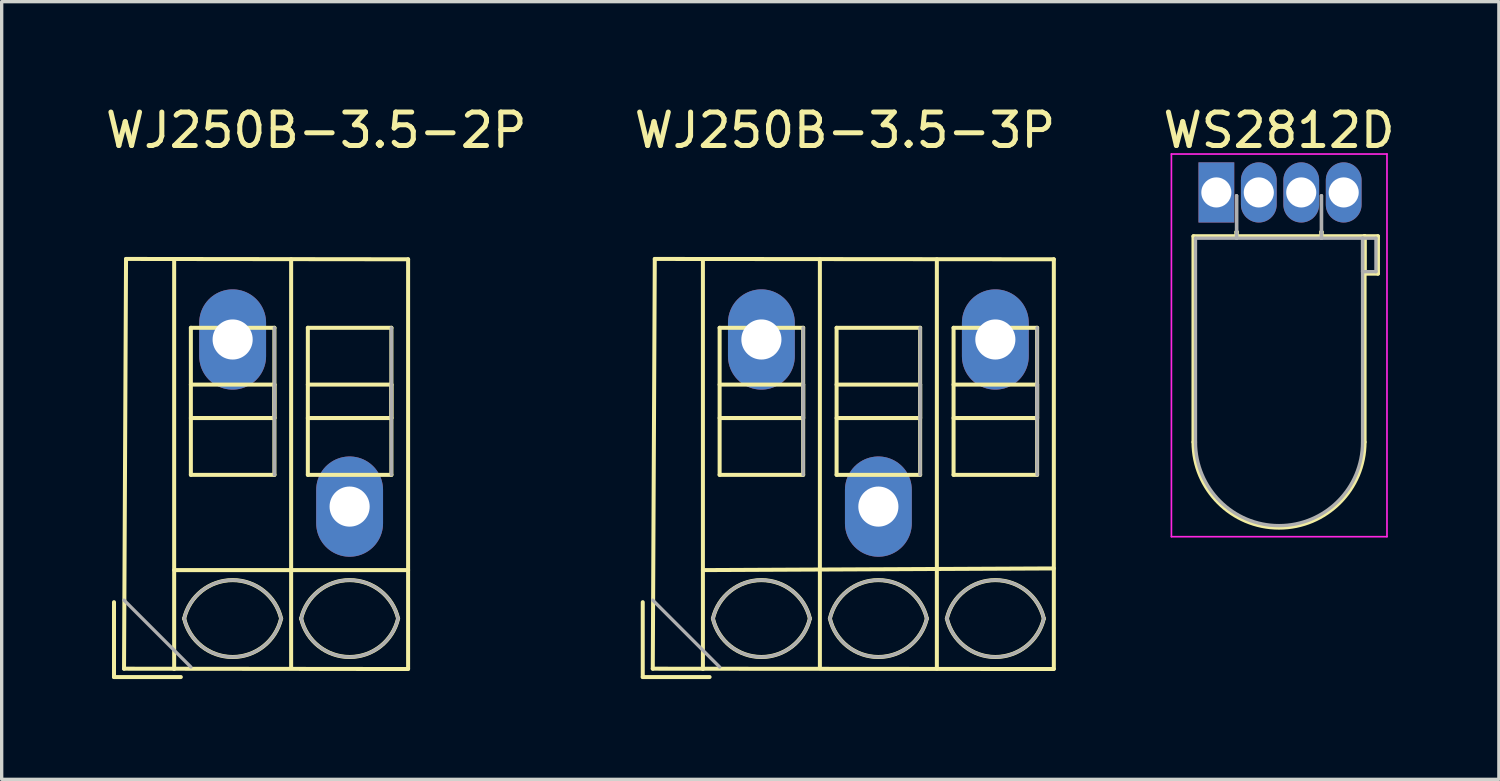
<source format=kicad_pcb>
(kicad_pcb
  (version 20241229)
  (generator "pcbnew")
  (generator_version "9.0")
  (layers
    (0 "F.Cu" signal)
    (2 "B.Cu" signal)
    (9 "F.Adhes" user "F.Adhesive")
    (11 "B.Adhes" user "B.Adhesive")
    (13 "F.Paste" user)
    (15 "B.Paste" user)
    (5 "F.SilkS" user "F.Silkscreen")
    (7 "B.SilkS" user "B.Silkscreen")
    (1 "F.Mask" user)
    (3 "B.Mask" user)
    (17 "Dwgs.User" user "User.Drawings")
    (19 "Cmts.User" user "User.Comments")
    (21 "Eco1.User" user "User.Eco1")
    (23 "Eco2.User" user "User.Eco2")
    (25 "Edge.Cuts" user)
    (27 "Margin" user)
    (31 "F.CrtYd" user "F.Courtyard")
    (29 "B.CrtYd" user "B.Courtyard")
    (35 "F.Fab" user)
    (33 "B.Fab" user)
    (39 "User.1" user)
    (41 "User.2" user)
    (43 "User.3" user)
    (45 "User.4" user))
  (footprint "WJ250B-3.5-3P"
    (layer "F.Cu")
    (at 17.982 16.958)
    (property "Reference" "WJ250B-3.5-3P" (at 4.25 -16.11 0) (layer "F.SilkS") (effects (font (size 1 1) (thickness 0.15))))
    (attr through_hole)
    (fp_line (start -1.8 -1.99) (end -1.8 0.25) (stroke (width 0.12) (type solid)) (layer "F.SilkS"))
    (fp_line (start -1.8 0.25) (end 0.2 0.25) (stroke (width 0.12) (type solid)) (layer "F.SilkS"))
    (fp_line (start -1.5 0) (end 10.5 0.01) (stroke (width 0.12) (type solid)) (layer "F.SilkS"))
    (fp_line (start -1.44 -12.26) (end -1.5 0) (stroke (width 0.12) (type solid)) (layer "F.SilkS"))
    (fp_line (start -1.44 -12.26) (end 10.5 -12.25) (stroke (width 0.12) (type solid)) (layer "F.SilkS"))
    (fp_line (start 0 -12.25) (end 0 0.01) (stroke (width 0.12) (type solid)) (layer "F.SilkS"))
    (fp_line (start 0 -2.95) (end 10.5 -3) (stroke (width 0.12) (type solid)) (layer "F.SilkS"))
    (fp_line (start 0.5 -10.2) (end 0.5 -5.8) (stroke (width 0.12) (type solid)) (layer "F.SilkS"))
    (fp_line (start 0.5 -10.2) (end 3 -10.2) (stroke (width 0.12) (type solid)) (layer "F.SilkS"))
    (fp_line (start 0.5 -8.5) (end 3 -8.5) (stroke (width 0.12) (type solid)) (layer "F.SilkS"))
    (fp_line (start 0.5 -7.5) (end 3 -7.5) (stroke (width 0.12) (type solid)) (layer "F.SilkS"))
    (fp_line (start 0.5 -5.8) (end 3 -5.8) (stroke (width 0.12) (type solid)) (layer "F.SilkS"))
    (fp_line (start 3 -10.2) (end 3 -5.8) (stroke (width 0.12) (type solid)) (layer "F.SilkS"))
    (fp_line (start 3 -8.5) (end 3 -7.5) (stroke (width 0.12) (type solid)) (layer "F.SilkS"))
    (fp_line (start 3.5 -12.25) (end 3.5 -0.029) (stroke (width 0.12) (type solid)) (layer "F.SilkS"))
    (fp_line (start 4 -10.2) (end 4 -5.8) (stroke (width 0.12) (type solid)) (layer "F.SilkS"))
    (fp_line (start 4 -10.2) (end 6.5 -10.2) (stroke (width 0.12) (type solid)) (layer "F.SilkS"))
    (fp_line (start 4 -8.5) (end 6.5 -8.5) (stroke (width 0.12) (type solid)) (layer "F.SilkS"))
    (fp_line (start 4 -7.5) (end 6.5 -7.5) (stroke (width 0.12) (type solid)) (layer "F.SilkS"))
    (fp_line (start 4 -5.8) (end 6.5 -5.8) (stroke (width 0.12) (type solid)) (layer "F.SilkS"))
    (fp_line (start 6.5 -10.2) (end 6.5 -5.8) (stroke (width 0.12) (type solid)) (layer "F.SilkS"))
    (fp_line (start 6.5 -8.5) (end 6.5 -7.5) (stroke (width 0.12) (type solid)) (layer "F.SilkS"))
    (fp_line (start 7 -12.25) (end 7 0) (stroke (width 0.12) (type solid)) (layer "F.SilkS"))
    (fp_line (start 7.5 -10.2) (end 7.5 -5.8) (stroke (width 0.12) (type solid)) (layer "F.SilkS"))
    (fp_line (start 7.5 -10.2) (end 10 -10.2) (stroke (width 0.12) (type solid)) (layer "F.SilkS"))
    (fp_line (start 7.5 -8.5) (end 10 -8.5) (stroke (width 0.12) (type solid)) (layer "F.SilkS"))
    (fp_line (start 7.5 -7.5) (end 10 -7.5) (stroke (width 0.12) (type solid)) (layer "F.SilkS"))
    (fp_line (start 7.5 -5.8) (end 10 -5.8) (stroke (width 0.12) (type solid)) (layer "F.SilkS"))
    (fp_line (start 10 -10.2) (end 10 -5.8) (stroke (width 0.12) (type solid)) (layer "F.SilkS"))
    (fp_line (start 10 -8.5) (end 10 -7.5) (stroke (width 0.12) (type solid)) (layer "F.SilkS"))
    (fp_line (start 10.5 -12.25) (end 10.5 0) (stroke (width 0.12) (type solid)) (layer "F.SilkS"))
    (fp_arc (start 0.299135 -1.499576) (mid 1.750296 -2.650074) (end 3.201 -1.499) (stroke (width 0.12) (type solid)) (layer "F.SilkS"))
    (fp_arc (start 3.2 -1.5) (mid 1.750068 -0.349899) (end 0.300031 -1.499867) (stroke (width 0.12) (type solid)) (layer "F.SilkS"))
    (fp_arc (start 3.799135 -1.499576) (mid 5.250296 -2.650074) (end 6.701 -1.499) (stroke (width 0.12) (type solid)) (layer "F.SilkS"))
    (fp_arc (start 6.7 -1.5) (mid 5.250068 -0.349899) (end 3.800031 -1.499867) (stroke (width 0.12) (type solid)) (layer "F.SilkS"))
    (fp_arc (start 7.299135 -1.499576) (mid 8.750296 -2.650074) (end 10.201 -1.499) (stroke (width 0.12) (type solid)) (layer "F.SilkS"))
    (fp_arc (start 10.2 -1.5) (mid 8.750068 -0.349899) (end 7.300031 -1.499867) (stroke (width 0.12) (type solid)) (layer "F.SilkS"))
    (fp_line (start 0.5 -0.05) (end -1.5 -2.05) (stroke (width 0.1) (type solid)) (layer "F.Fab"))
    (fp_line (start 3 -7.5) (end 3 -8.5) (stroke (width 0.1) (type solid)) (layer "F.Fab"))
    (fp_line (start 3 -5.8) (end 3 -10.2) (stroke (width 0.1) (type solid)) (layer "F.Fab"))
    (fp_line (start 6.5 -7.5) (end 6.5 -8.5) (stroke (width 0.1) (type solid)) (layer "F.Fab"))
    (fp_line (start 6.5 -5.8) (end 6.5 -10.2) (stroke (width 0.1) (type solid)) (layer "F.Fab"))
    (fp_line (start 10 -7.5) (end 10 -8.5) (stroke (width 0.1) (type solid)) (layer "F.Fab"))
    (fp_line (start 10 -5.8) (end 10 -10.2) (stroke (width 0.1) (type solid)) (layer "F.Fab"))
    (fp_arc (start 0.299135 -1.499576) (mid 1.750296 -2.650074) (end 3.201 -1.499) (stroke (width 0.1) (type solid)) (layer "F.Fab"))
    (fp_arc (start 3.2 -1.5) (mid 1.750068 -0.349899) (end 0.300031 -1.499867) (stroke (width 0.1) (type solid)) (layer "F.Fab"))
    (fp_arc (start 3.799135 -1.499576) (mid 5.250296 -2.650074) (end 6.701 -1.499) (stroke (width 0.1) (type solid)) (layer "F.Fab"))
    (fp_arc (start 6.7 -1.5) (mid 5.250068 -0.349899) (end 3.800031 -1.499867) (stroke (width 0.1) (type solid)) (layer "F.Fab"))
    (fp_arc (start 7.299135 -1.499576) (mid 8.750296 -2.650074) (end 10.201 -1.499) (stroke (width 0.1) (type solid)) (layer "F.Fab"))
    (fp_arc (start 10.2 -1.5) (mid 8.750068 -0.349899) (end 7.300031 -1.499867) (stroke (width 0.1) (type solid)) (layer "F.Fab"))
    (pad "1" thru_hole oval (at 1.75 -9.85) (size 2 3) (drill 1.2) (layers "*.Cu" "*.Mask"))
    (pad "2" thru_hole oval (at 5.25 -4.85) (size 2 3) (drill 1.2) (layers "*.Cu" "*.Mask"))
    (pad "3" thru_hole oval (at 8.75 -9.85) (size 2 3) (drill 1.2) (layers "*.Cu" "*.Mask")))
  (footprint "WJ250B-3.5-2P"
    (layer "F.Cu")
    (at 2.161 16.958)
    (property "Reference" "WJ250B-3.5-2P" (at 4.25 -16.11 0) (layer "F.SilkS") (effects (font (size 1 1) (thickness 0.15))))
    (attr through_hole)
    (fp_line (start -1.8 -1.99) (end -1.8 0.25) (stroke (width 0.12) (type solid)) (layer "F.SilkS"))
    (fp_line (start -1.8 0.25) (end 0.2 0.25) (stroke (width 0.12) (type solid)) (layer "F.SilkS"))
    (fp_line (start -1.5 0) (end 7 0.01) (stroke (width 0.12) (type solid)) (layer "F.SilkS"))
    (fp_line (start -1.44 -12.26) (end -1.5 0) (stroke (width 0.12) (type solid)) (layer "F.SilkS"))
    (fp_line (start -1.44 -12.26) (end 7 -12.25) (stroke (width 0.12) (type solid)) (layer "F.SilkS"))
    (fp_line (start 0 -12.25) (end 0 0.01) (stroke (width 0.12) (type solid)) (layer "F.SilkS"))
    (fp_line (start 0 -2.95) (end 7 -2.95) (stroke (width 0.12) (type solid)) (layer "F.SilkS"))
    (fp_line (start 0.5 -10.2) (end 0.5 -5.8) (stroke (width 0.12) (type solid)) (layer "F.SilkS"))
    (fp_line (start 0.5 -10.2) (end 3 -10.2) (stroke (width 0.12) (type solid)) (layer "F.SilkS"))
    (fp_line (start 0.5 -8.5) (end 3 -8.5) (stroke (width 0.12) (type solid)) (layer "F.SilkS"))
    (fp_line (start 0.5 -7.5) (end 3 -7.5) (stroke (width 0.12) (type solid)) (layer "F.SilkS"))
    (fp_line (start 0.5 -5.8) (end 3 -5.8) (stroke (width 0.12) (type solid)) (layer "F.SilkS"))
    (fp_line (start 3 -10.2) (end 3 -5.8) (stroke (width 0.12) (type solid)) (layer "F.SilkS"))
    (fp_line (start 3 -8.5) (end 3 -7.5) (stroke (width 0.12) (type solid)) (layer "F.SilkS"))
    (fp_line (start 3.5 -12.25) (end 3.5 -0.029) (stroke (width 0.12) (type solid)) (layer "F.SilkS"))
    (fp_line (start 4 -10.2) (end 4 -5.8) (stroke (width 0.12) (type solid)) (layer "F.SilkS"))
    (fp_line (start 4 -10.2) (end 6.5 -10.2) (stroke (width 0.12) (type solid)) (layer "F.SilkS"))
    (fp_line (start 4 -8.5) (end 6.5 -8.5) (stroke (width 0.12) (type solid)) (layer "F.SilkS"))
    (fp_line (start 4 -7.5) (end 6.5 -7.5) (stroke (width 0.12) (type solid)) (layer "F.SilkS"))
    (fp_line (start 4 -5.8) (end 6.5 -5.8) (stroke (width 0.12) (type solid)) (layer "F.SilkS"))
    (fp_line (start 6.5 -10.2) (end 6.5 -5.8) (stroke (width 0.12) (type solid)) (layer "F.SilkS"))
    (fp_line (start 6.5 -8.5) (end 6.5 -7.5) (stroke (width 0.12) (type solid)) (layer "F.SilkS"))
    (fp_line (start 7 -12.25) (end 7 0) (stroke (width 0.12) (type solid)) (layer "F.SilkS"))
    (fp_arc (start 0.299135 -1.499576) (mid 1.750296 -2.650074) (end 3.201 -1.499) (stroke (width 0.12) (type solid)) (layer "F.SilkS"))
    (fp_arc (start 3.2 -1.5) (mid 1.750068 -0.349899) (end 0.300031 -1.499867) (stroke (width 0.12) (type solid)) (layer "F.SilkS"))
    (fp_arc (start 3.799135 -1.499576) (mid 5.250296 -2.650074) (end 6.701 -1.499) (stroke (width 0.12) (type solid)) (layer "F.SilkS"))
    (fp_arc (start 6.7 -1.5) (mid 5.250068 -0.349899) (end 3.800031 -1.499867) (stroke (width 0.12) (type solid)) (layer "F.SilkS"))
    (fp_line (start 0.5 -0.05) (end -1.5 -2.05) (stroke (width 0.1) (type solid)) (layer "F.Fab"))
    (fp_line (start 3 -7.5) (end 3 -8.5) (stroke (width 0.1) (type solid)) (layer "F.Fab"))
    (fp_line (start 3 -5.8) (end 3 -10.2) (stroke (width 0.1) (type solid)) (layer "F.Fab"))
    (fp_line (start 6.5 -7.5) (end 6.5 -8.5) (stroke (width 0.1) (type solid)) (layer "F.Fab"))
    (fp_line (start 6.5 -5.8) (end 6.5 -10.2) (stroke (width 0.1) (type solid)) (layer "F.Fab"))
    (fp_arc (start 0.299135 -1.499576) (mid 1.750296 -2.650074) (end 3.201 -1.499) (stroke (width 0.1) (type solid)) (layer "F.Fab"))
    (fp_arc (start 3.2 -1.5) (mid 1.750068 -0.349899) (end 0.300031 -1.499867) (stroke (width 0.1) (type solid)) (layer "F.Fab"))
    (fp_arc (start 3.799135 -1.499576) (mid 5.250296 -2.650074) (end 6.701 -1.499) (stroke (width 0.1) (type solid)) (layer "F.Fab"))
    (fp_arc (start 6.7 -1.5) (mid 5.250068 -0.349899) (end 3.800031 -1.499867) (stroke (width 0.1) (type solid)) (layer "F.Fab"))
    (pad "1" thru_hole oval (at 1.75 -9.85) (size 2 3) (drill 1.2) (layers "*.Cu" "*.Mask"))
    (pad "2" thru_hole oval (at 5.25 -4.85) (size 2 3) (drill 1.2) (layers "*.Cu" "*.Mask")))
  (footprint "WS2812D"
    (layer "F.Cu")
    (at 33.95 2.808)
    (property "Reference" "WS2812D" (at 1.27 -1.96 0) (layer "F.SilkS") (effects (font (size 1 1) (thickness 0.15))))
    (attr through_hole)
    (fp_line (start -1.29 1.21) (end -1.29 7.37) (stroke (width 0.12) (type solid)) (layer "F.SilkS"))
    (fp_line (start -1.29 1.21) (end 3.83 1.21) (stroke (width 0.12) (type solid)) (layer "F.SilkS"))
    (fp_line (start 0 1.08) (end 0 1.08) (stroke (width 0.12) (type solid)) (layer "F.SilkS"))
    (fp_line (start 0 1.08) (end 0 1.21) (stroke (width 0.12) (type solid)) (layer "F.SilkS"))
    (fp_line (start 0 1.21) (end 0 1.08) (stroke (width 0.12) (type solid)) (layer "F.SilkS"))
    (fp_line (start 0 1.21) (end 0 1.21) (stroke (width 0.12) (type solid)) (layer "F.SilkS"))
    (fp_line (start 2.54 1.08) (end 2.54 1.08) (stroke (width 0.12) (type solid)) (layer "F.SilkS"))
    (fp_line (start 2.54 1.08) (end 2.54 1.21) (stroke (width 0.12) (type solid)) (layer "F.SilkS"))
    (fp_line (start 2.54 1.21) (end 2.54 1.08) (stroke (width 0.12) (type solid)) (layer "F.SilkS"))
    (fp_line (start 2.54 1.21) (end 2.54 1.21) (stroke (width 0.12) (type solid)) (layer "F.SilkS"))
    (fp_line (start 3.83 1.21) (end 3.83 7.37) (stroke (width 0.12) (type solid)) (layer "F.SilkS"))
    (fp_line (start 3.83 1.21) (end 4.23 1.21) (stroke (width 0.12) (type solid)) (layer "F.SilkS"))
    (fp_line (start 3.83 2.33) (end 3.83 1.21) (stroke (width 0.12) (type solid)) (layer "F.SilkS"))
    (fp_line (start 4.23 1.21) (end 4.23 2.33) (stroke (width 0.12) (type solid)) (layer "F.SilkS"))
    (fp_line (start 4.23 2.33) (end 3.83 2.33) (stroke (width 0.12) (type solid)) (layer "F.SilkS"))
    (fp_arc (start 3.83 7.37) (mid 1.27 9.93) (end -1.29 7.37) (stroke (width 0.12) (type solid)) (layer "F.SilkS"))
    (fp_line (start -1.95 -1.25) (end -1.95 10.2) (stroke (width 0.05) (type solid)) (layer "F.CrtYd"))
    (fp_line (start -1.95 10.2) (end 4.5 10.2) (stroke (width 0.05) (type solid)) (layer "F.CrtYd"))
    (fp_line (start 4.5 -1.25) (end -1.95 -1.25) (stroke (width 0.05) (type solid)) (layer "F.CrtYd"))
    (fp_line (start 4.5 10.2) (end 4.5 -1.25) (stroke (width 0.05) (type solid)) (layer "F.CrtYd"))
    (fp_line (start -1.23 1.27) (end -1.23 7.37) (stroke (width 0.1) (type solid)) (layer "F.Fab"))
    (fp_line (start -1.23 1.27) (end 3.77 1.27) (stroke (width 0.1) (type solid)) (layer "F.Fab"))
    (fp_line (start 0 0) (end 0 0) (stroke (width 0.1) (type solid)) (layer "F.Fab"))
    (fp_line (start 0 0) (end 0 1.27) (stroke (width 0.1) (type solid)) (layer "F.Fab"))
    (fp_line (start 0 1.27) (end 0 0) (stroke (width 0.1) (type solid)) (layer "F.Fab"))
    (fp_line (start 0 1.27) (end 0 1.27) (stroke (width 0.1) (type solid)) (layer "F.Fab"))
    (fp_line (start 2.54 0) (end 2.54 0) (stroke (width 0.1) (type solid)) (layer "F.Fab"))
    (fp_line (start 2.54 0) (end 2.54 1.27) (stroke (width 0.1) (type solid)) (layer "F.Fab"))
    (fp_line (start 2.54 1.27) (end 2.54 0) (stroke (width 0.1) (type solid)) (layer "F.Fab"))
    (fp_line (start 2.54 1.27) (end 2.54 1.27) (stroke (width 0.1) (type solid)) (layer "F.Fab"))
    (fp_line (start 3.77 1.27) (end 3.77 7.37) (stroke (width 0.1) (type solid)) (layer "F.Fab"))
    (fp_line (start 3.77 1.27) (end 4.17 1.27) (stroke (width 0.1) (type solid)) (layer "F.Fab"))
    (fp_line (start 3.77 2.27) (end 3.77 1.27) (stroke (width 0.1) (type solid)) (layer "F.Fab"))
    (fp_line (start 4.17 1.27) (end 4.17 2.27) (stroke (width 0.1) (type solid)) (layer "F.Fab"))
    (fp_line (start 4.17 2.27) (end 3.77 2.27) (stroke (width 0.1) (type solid)) (layer "F.Fab"))
    (fp_arc (start 3.77 7.37) (mid 1.27 9.87) (end -1.23 7.37) (stroke (width 0.1) (type solid)) (layer "F.Fab"))
    (pad "1" thru_hole oval (at 1.935 -0.1) (size 1.07 1.8) (drill 0.9) (layers "*.Cu" "*.Mask"))
    (pad "2" thru_hole oval (at 3.205 -0.1) (size 1.07 1.8) (drill 0.9) (layers "*.Cu" "*.Mask"))
    (pad "3" thru_hole oval (at 0.665 -0.1) (size 1.07 1.8) (drill 0.9) (layers "*.Cu" "*.Mask"))
    (pad "4" thru_hole rect (at -0.605 -0.1) (size 1.07 1.8) (drill 0.9) (layers "*.Cu" "*.Mask")))
  (gr_rect
    (start -3 -3)
    (end 41.798 20.268)
    (stroke (width 0.1) (type default))
    (fill no)
    (layer "Edge.Cuts")))
</source>
